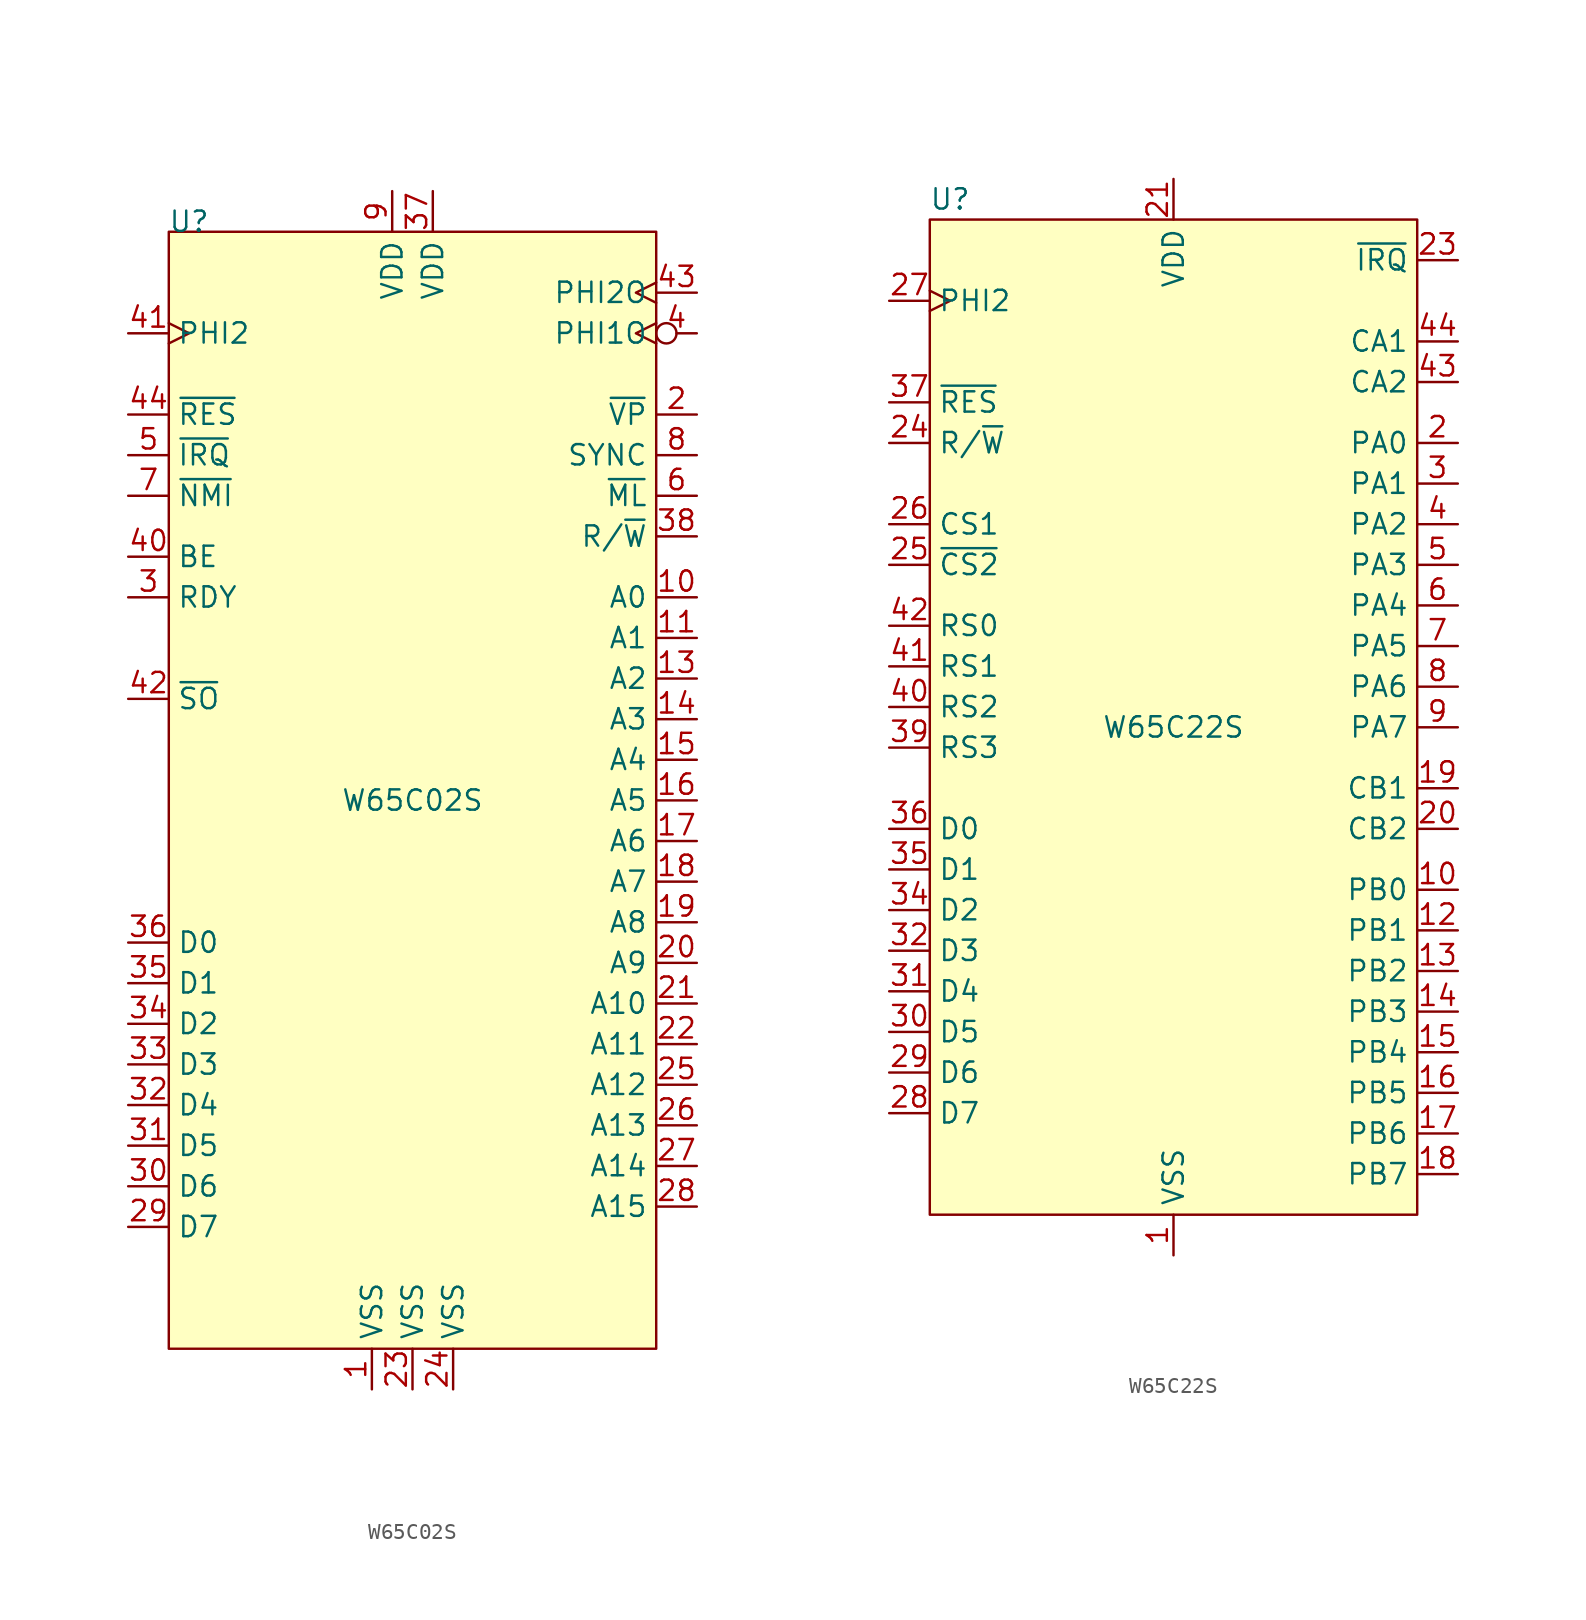
<source format=kicad_sym>
(kicad_symbol_lib
  (version 20211014)
  (generator kicad_symbol_editor)
  (symbol "W65C02S"
    (property "Reference" "U"
      (at -13.97 36.195 0)
      (effects (font (size 1.27 1.27))))
    (property "Value" "W65C02S"
      (at 0 0 0)
      (effects (font (size 1.27 1.27))))
    (symbol "W65C02S_0_0"
      (pin power_in line (at -2.54 -36.83 90) (length 2.54) (name "VSS" (effects (font (size 1.27 1.27)))) (number "1" (effects (font (size 1.27 1.27)))))
      (pin tri_state line (at 17.78 12.7 180) (length 2.54) (name "A0" (effects (font (size 1.27 1.27)))) (number "10" (effects (font (size 1.27 1.27)))))
      (pin tri_state line (at 17.78 10.16 180) (length 2.54) (name "A1" (effects (font (size 1.27 1.27)))) (number "11" (effects (font (size 1.27 1.27)))))
      (pin no_connect non_logic (at 17.78 -28.575 180) (length 2.54) hide (name "NC" (effects (font (size 1.27 1.27)))) (number "12" (effects (font (size 1.27 1.27)))))
      (pin tri_state line (at 17.78 7.62 180) (length 2.54) (name "A2" (effects (font (size 1.27 1.27)))) (number "13" (effects (font (size 1.27 1.27)))))
      (pin tri_state line (at 17.78 5.08 180) (length 2.54) (name "A3" (effects (font (size 1.27 1.27)))) (number "14" (effects (font (size 1.27 1.27)))))
      (pin tri_state line (at 17.78 2.54 180) (length 2.54) (name "A4" (effects (font (size 1.27 1.27)))) (number "15" (effects (font (size 1.27 1.27)))))
      (pin tri_state line (at 17.78 0 180) (length 2.54) (name "A5" (effects (font (size 1.27 1.27)))) (number "16" (effects (font (size 1.27 1.27)))))
      (pin tri_state line (at 17.78 -2.54 180) (length 2.54) (name "A6" (effects (font (size 1.27 1.27)))) (number "17" (effects (font (size 1.27 1.27)))))
      (pin tri_state line (at 17.78 -5.08 180) (length 2.54) (name "A7" (effects (font (size 1.27 1.27)))) (number "18" (effects (font (size 1.27 1.27)))))
      (pin tri_state line (at 17.78 -7.62 180) (length 2.54) (name "A8" (effects (font (size 1.27 1.27)))) (number "19" (effects (font (size 1.27 1.27)))))
      (pin output line (at 17.78 24.13 180) (length 2.54) (name "~{VP}" (effects (font (size 1.27 1.27)))) (number "2" (effects (font (size 1.27 1.27)))))
      (pin tri_state line (at 17.78 -10.16 180) (length 2.54) (name "A9" (effects (font (size 1.27 1.27)))) (number "20" (effects (font (size 1.27 1.27)))))
      (pin tri_state line (at 17.78 -12.7 180) (length 2.54) (name "A10" (effects (font (size 1.27 1.27)))) (number "21" (effects (font (size 1.27 1.27)))))
      (pin tri_state line (at 17.78 -15.24 180) (length 2.54) (name "A11" (effects (font (size 1.27 1.27)))) (number "22" (effects (font (size 1.27 1.27)))))
      (pin power_in line (at 0 -36.83 90) (length 2.54) (name "VSS" (effects (font (size 1.27 1.27)))) (number "23" (effects (font (size 1.27 1.27)))))
      (pin power_in line (at 2.54 -36.83 90) (length 2.54) (name "VSS" (effects (font (size 1.27 1.27)))) (number "24" (effects (font (size 1.27 1.27)))))
      (pin tri_state line (at 17.78 -17.78 180) (length 2.54) (name "A12" (effects (font (size 1.27 1.27)))) (number "25" (effects (font (size 1.27 1.27)))))
      (pin tri_state line (at 17.78 -20.32 180) (length 2.54) (name "A13" (effects (font (size 1.27 1.27)))) (number "26" (effects (font (size 1.27 1.27)))))
      (pin tri_state line (at 17.78 -22.86 180) (length 2.54) (name "A14" (effects (font (size 1.27 1.27)))) (number "27" (effects (font (size 1.27 1.27)))))
      (pin tri_state line (at 17.78 -25.4 180) (length 2.54) (name "A15" (effects (font (size 1.27 1.27)))) (number "28" (effects (font (size 1.27 1.27)))))
      (pin bidirectional line (at -17.78 -26.67 0) (length 2.54) (name "D7" (effects (font (size 1.27 1.27)))) (number "29" (effects (font (size 1.27 1.27)))))
      (pin input line (at -17.78 12.7 0) (length 2.54) (name "RDY" (effects (font (size 1.27 1.27)))) (number "3" (effects (font (size 1.27 1.27)))))
      (pin bidirectional line (at -17.78 -24.13 0) (length 2.54) (name "D6" (effects (font (size 1.27 1.27)))) (number "30" (effects (font (size 1.27 1.27)))))
      (pin bidirectional line (at -17.78 -21.59 0) (length 2.54) (name "D5" (effects (font (size 1.27 1.27)))) (number "31" (effects (font (size 1.27 1.27)))))
      (pin bidirectional line (at -17.78 -19.05 0) (length 2.54) (name "D4" (effects (font (size 1.27 1.27)))) (number "32" (effects (font (size 1.27 1.27)))))
      (pin bidirectional line (at -17.78 -16.51 0) (length 2.54) (name "D3" (effects (font (size 1.27 1.27)))) (number "33" (effects (font (size 1.27 1.27)))))
      (pin bidirectional line (at -17.78 -13.97 0) (length 2.54) (name "D2" (effects (font (size 1.27 1.27)))) (number "34" (effects (font (size 1.27 1.27)))))
      (pin bidirectional line (at -17.78 -11.43 0) (length 2.54) (name "D1" (effects (font (size 1.27 1.27)))) (number "35" (effects (font (size 1.27 1.27)))))
      (pin bidirectional line (at -17.78 -8.89 0) (length 2.54) (name "D0" (effects (font (size 1.27 1.27)))) (number "36" (effects (font (size 1.27 1.27)))))
      (pin power_in line (at 1.27 38.1 270) (length 2.54) (name "VDD" (effects (font (size 1.27 1.27)))) (number "37" (effects (font (size 1.27 1.27)))))
      (pin output line (at 17.78 16.51 180) (length 2.54) (name "R/~{W}" (effects (font (size 1.27 1.27)))) (number "38" (effects (font (size 1.27 1.27)))))
      (pin no_connect non_logic (at 17.78 -31.115 180) (length 2.54) hide (name "NC" (effects (font (size 1.27 1.27)))) (number "39" (effects (font (size 1.27 1.27)))))
      (pin output inverted_clock (at 17.78 29.21 180) (length 2.54) (name "PHI1O" (effects (font (size 1.27 1.27)))) (number "4" (effects (font (size 1.27 1.27)))))
      (pin input line (at -17.78 15.24 0) (length 2.54) (name "BE" (effects (font (size 1.27 1.27)))) (number "40" (effects (font (size 1.27 1.27)))))
      (pin input clock (at -17.78 29.21 0) (length 2.54) (name "PHI2" (effects (font (size 1.27 1.27)))) (number "41" (effects (font (size 1.27 1.27)))))
      (pin input line (at -17.78 6.35 0) (length 2.54) (name "~{SO}" (effects (font (size 1.27 1.27)))) (number "42" (effects (font (size 1.27 1.27)))))
      (pin output clock (at 17.78 31.75 180) (length 2.54) (name "PHI2O" (effects (font (size 1.27 1.27)))) (number "43" (effects (font (size 1.27 1.27)))))
      (pin input line (at -17.78 24.13 0) (length 2.54) (name "~{RES}" (effects (font (size 1.27 1.27)))) (number "44" (effects (font (size 1.27 1.27)))))
      (pin input line (at -17.78 21.59 0) (length 2.54) (name "~{IRQ}" (effects (font (size 1.27 1.27)))) (number "5" (effects (font (size 1.27 1.27)))))
      (pin output line (at 17.78 19.05 180) (length 2.54) (name "~{ML}" (effects (font (size 1.27 1.27)))) (number "6" (effects (font (size 1.27 1.27)))))
      (pin input line (at -17.78 19.05 0) (length 2.54) (name "~{NMI}" (effects (font (size 1.27 1.27)))) (number "7" (effects (font (size 1.27 1.27)))))
      (pin output line (at 17.78 21.59 180) (length 2.54) (name "SYNC" (effects (font (size 1.27 1.27)))) (number "8" (effects (font (size 1.27 1.27)))))
      (pin power_in line (at -1.27 38.1 270) (length 2.54) (name "VDD" (effects (font (size 1.27 1.27)))) (number "9" (effects (font (size 1.27 1.27))))))
    (symbol "W65C02S_0_1"
      (rectangle (start -15.24 35.56) (end 15.24 -34.29) (stroke (width 0) (type default) (color 0 0 0 0)) (fill (type background)))))
  (symbol "W65C22S"
    (property "Reference" "U"
      (at -13.97 33.02 0)
      (effects (font (size 1.27 1.27))))
    (property "Value" "W65C22S"
      (at 0 0 0)
      (effects (font (size 1.27 1.27))))
    (symbol "W65C22S_0_0"
      (pin power_in line (at 0 -33.02 90) (length 2.54) (name "VSS" (effects (font (size 1.27 1.27)))) (number "1" (effects (font (size 1.27 1.27)))))
      (pin bidirectional line (at 17.78 -10.16 180) (length 2.54) (name "PB0" (effects (font (size 1.27 1.27)))) (number "10" (effects (font (size 1.27 1.27)))))
      (pin no_connect line (at -2.54 -33.02 90) (length 2.54) hide (name "NC" (effects (font (size 1.27 1.27)))) (number "11" (effects (font (size 1.27 1.27)))))
      (pin bidirectional line (at 17.78 -12.7 180) (length 2.54) (name "PB1" (effects (font (size 1.27 1.27)))) (number "12" (effects (font (size 1.27 1.27)))))
      (pin bidirectional line (at 17.78 -15.24 180) (length 2.54) (name "PB2" (effects (font (size 1.27 1.27)))) (number "13" (effects (font (size 1.27 1.27)))))
      (pin bidirectional line (at 17.78 -17.78 180) (length 2.54) (name "PB3" (effects (font (size 1.27 1.27)))) (number "14" (effects (font (size 1.27 1.27)))))
      (pin bidirectional line (at 17.78 -20.32 180) (length 2.54) (name "PB4" (effects (font (size 1.27 1.27)))) (number "15" (effects (font (size 1.27 1.27)))))
      (pin bidirectional line (at 17.78 -22.86 180) (length 2.54) (name "PB5" (effects (font (size 1.27 1.27)))) (number "16" (effects (font (size 1.27 1.27)))))
      (pin bidirectional line (at 17.78 -25.4 180) (length 2.54) (name "PB6" (effects (font (size 1.27 1.27)))) (number "17" (effects (font (size 1.27 1.27)))))
      (pin bidirectional line (at 17.78 -27.94 180) (length 2.54) (name "PB7" (effects (font (size 1.27 1.27)))) (number "18" (effects (font (size 1.27 1.27)))))
      (pin bidirectional line (at 17.78 -3.81 180) (length 2.54) (name "CB1" (effects (font (size 1.27 1.27)))) (number "19" (effects (font (size 1.27 1.27)))))
      (pin bidirectional line (at 17.78 17.78 180) (length 2.54) (name "PA0" (effects (font (size 1.27 1.27)))) (number "2" (effects (font (size 1.27 1.27)))))
      (pin bidirectional line (at 17.78 -6.35 180) (length 2.54) (name "CB2" (effects (font (size 1.27 1.27)))) (number "20" (effects (font (size 1.27 1.27)))))
      (pin power_in line (at 0 34.29 270) (length 2.54) (name "VDD" (effects (font (size 1.27 1.27)))) (number "21" (effects (font (size 1.27 1.27)))))
      (pin no_connect line (at 2.54 -33.02 90) (length 2.54) hide (name "NC" (effects (font (size 1.27 1.27)))) (number "22" (effects (font (size 1.27 1.27)))))
      (pin output line (at 17.78 29.21 180) (length 2.54) (name "~{IRQ}" (effects (font (size 1.27 1.27)))) (number "23" (effects (font (size 1.27 1.27)))))
      (pin input line (at -17.78 17.78 0) (length 2.54) (name "R/~{W}" (effects (font (size 1.27 1.27)))) (number "24" (effects (font (size 1.27 1.27)))))
      (pin input line (at -17.78 10.16 0) (length 2.54) (name "~{CS2}" (effects (font (size 1.27 1.27)))) (number "25" (effects (font (size 1.27 1.27)))))
      (pin input line (at -17.78 12.7 0) (length 2.54) (name "CS1" (effects (font (size 1.27 1.27)))) (number "26" (effects (font (size 1.27 1.27)))))
      (pin input clock (at -17.78 26.67 0) (length 2.54) (name "PHI2" (effects (font (size 1.27 1.27)))) (number "27" (effects (font (size 1.27 1.27)))))
      (pin bidirectional line (at -17.78 -24.13 0) (length 2.54) (name "D7" (effects (font (size 1.27 1.27)))) (number "28" (effects (font (size 1.27 1.27)))))
      (pin bidirectional line (at -17.78 -21.59 0) (length 2.54) (name "D6" (effects (font (size 1.27 1.27)))) (number "29" (effects (font (size 1.27 1.27)))))
      (pin bidirectional line (at 17.78 15.24 180) (length 2.54) (name "PA1" (effects (font (size 1.27 1.27)))) (number "3" (effects (font (size 1.27 1.27)))))
      (pin bidirectional line (at -17.78 -19.05 0) (length 2.54) (name "D5" (effects (font (size 1.27 1.27)))) (number "30" (effects (font (size 1.27 1.27)))))
      (pin bidirectional line (at -17.78 -16.51 0) (length 2.54) (name "D4" (effects (font (size 1.27 1.27)))) (number "31" (effects (font (size 1.27 1.27)))))
      (pin bidirectional line (at -17.78 -13.97 0) (length 2.54) (name "D3" (effects (font (size 1.27 1.27)))) (number "32" (effects (font (size 1.27 1.27)))))
      (pin no_connect line (at 2.54 34.29 270) (length 2.54) hide (name "NC" (effects (font (size 1.27 1.27)))) (number "33" (effects (font (size 1.27 1.27)))))
      (pin bidirectional line (at -17.78 -11.43 0) (length 2.54) (name "D2" (effects (font (size 1.27 1.27)))) (number "34" (effects (font (size 1.27 1.27)))))
      (pin bidirectional line (at -17.78 -8.89 0) (length 2.54) (name "D1" (effects (font (size 1.27 1.27)))) (number "35" (effects (font (size 1.27 1.27)))))
      (pin bidirectional line (at -17.78 -6.35 0) (length 2.54) (name "D0" (effects (font (size 1.27 1.27)))) (number "36" (effects (font (size 1.27 1.27)))))
      (pin input line (at -17.78 20.32 0) (length 2.54) (name "~{RES}" (effects (font (size 1.27 1.27)))) (number "37" (effects (font (size 1.27 1.27)))))
      (pin no_connect line (at -2.54 34.29 270) (length 2.54) hide (name "NC" (effects (font (size 1.27 1.27)))) (number "38" (effects (font (size 1.27 1.27)))))
      (pin input line (at -17.78 -1.27 0) (length 2.54) (name "RS3" (effects (font (size 1.27 1.27)))) (number "39" (effects (font (size 1.27 1.27)))))
      (pin bidirectional line (at 17.78 12.7 180) (length 2.54) (name "PA2" (effects (font (size 1.27 1.27)))) (number "4" (effects (font (size 1.27 1.27)))))
      (pin input line (at -17.78 1.27 0) (length 2.54) (name "RS2" (effects (font (size 1.27 1.27)))) (number "40" (effects (font (size 1.27 1.27)))))
      (pin input line (at -17.78 3.81 0) (length 2.54) (name "RS1" (effects (font (size 1.27 1.27)))) (number "41" (effects (font (size 1.27 1.27)))))
      (pin input line (at -17.78 6.35 0) (length 2.54) (name "RS0" (effects (font (size 1.27 1.27)))) (number "42" (effects (font (size 1.27 1.27)))))
      (pin bidirectional line (at 17.78 21.59 180) (length 2.54) (name "CA2" (effects (font (size 1.27 1.27)))) (number "43" (effects (font (size 1.27 1.27)))))
      (pin bidirectional line (at 17.78 24.13 180) (length 2.54) (name "CA1" (effects (font (size 1.27 1.27)))) (number "44" (effects (font (size 1.27 1.27)))))
      (pin bidirectional line (at 17.78 10.16 180) (length 2.54) (name "PA3" (effects (font (size 1.27 1.27)))) (number "5" (effects (font (size 1.27 1.27)))))
      (pin bidirectional line (at 17.78 7.62 180) (length 2.54) (name "PA4" (effects (font (size 1.27 1.27)))) (number "6" (effects (font (size 1.27 1.27)))))
      (pin bidirectional line (at 17.78 5.08 180) (length 2.54) (name "PA5" (effects (font (size 1.27 1.27)))) (number "7" (effects (font (size 1.27 1.27)))))
      (pin bidirectional line (at 17.78 2.54 180) (length 2.54) (name "PA6" (effects (font (size 1.27 1.27)))) (number "8" (effects (font (size 1.27 1.27)))))
      (pin bidirectional line (at 17.78 0 180) (length 2.54) (name "PA7" (effects (font (size 1.27 1.27)))) (number "9" (effects (font (size 1.27 1.27))))))
    (symbol "W65C22S_0_1"
      (rectangle (start -15.24 31.75) (end 15.24 -30.48) (stroke (width 0) (type default) (color 0 0 0 0)) (fill (type background))))))
</source>
